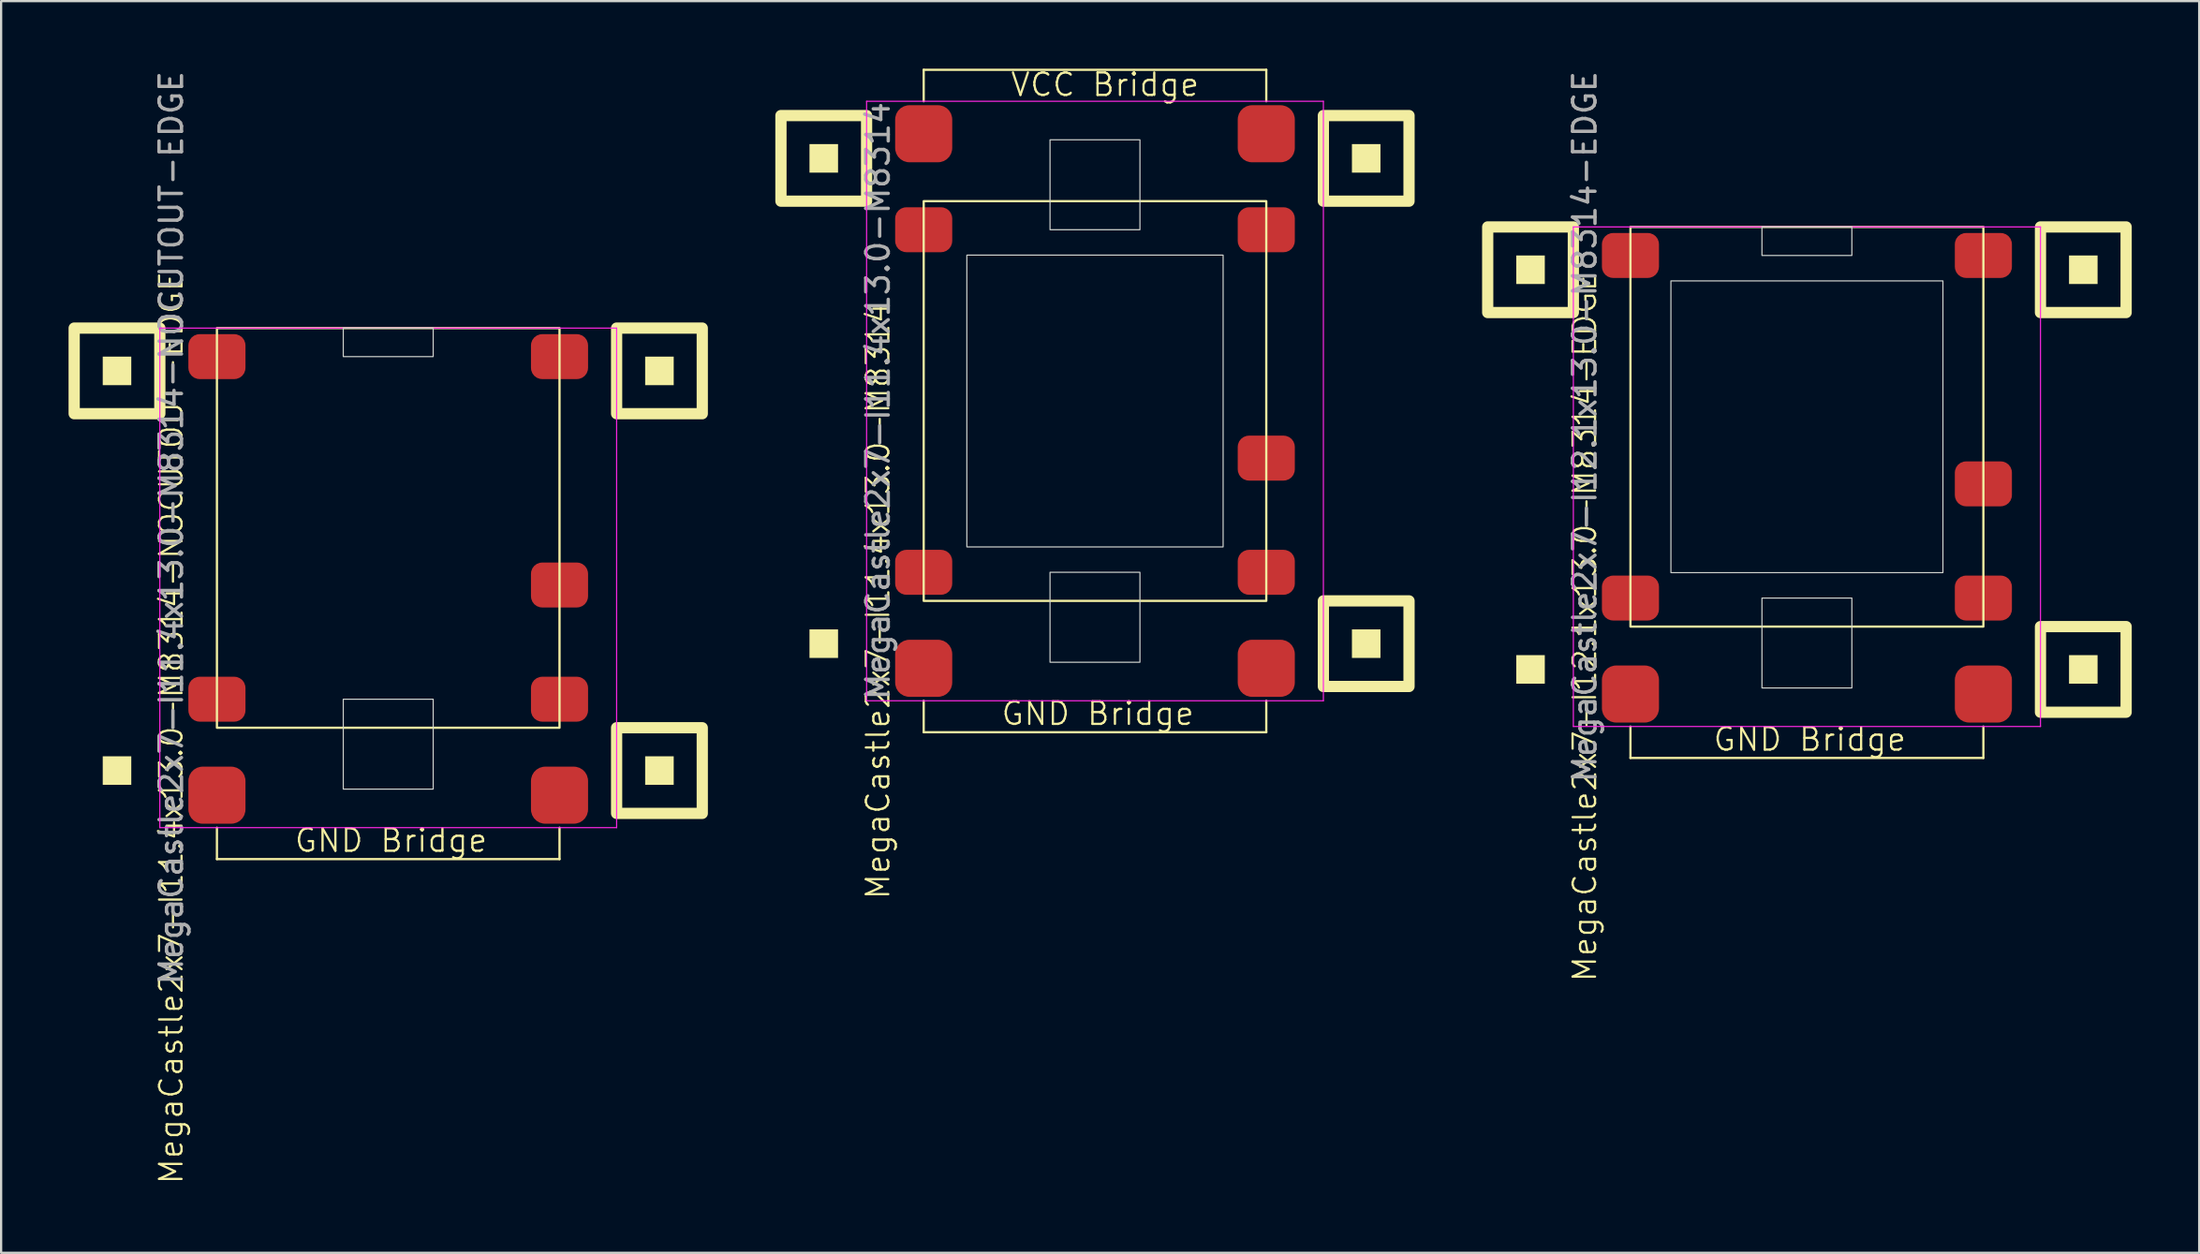
<source format=kicad_pcb>
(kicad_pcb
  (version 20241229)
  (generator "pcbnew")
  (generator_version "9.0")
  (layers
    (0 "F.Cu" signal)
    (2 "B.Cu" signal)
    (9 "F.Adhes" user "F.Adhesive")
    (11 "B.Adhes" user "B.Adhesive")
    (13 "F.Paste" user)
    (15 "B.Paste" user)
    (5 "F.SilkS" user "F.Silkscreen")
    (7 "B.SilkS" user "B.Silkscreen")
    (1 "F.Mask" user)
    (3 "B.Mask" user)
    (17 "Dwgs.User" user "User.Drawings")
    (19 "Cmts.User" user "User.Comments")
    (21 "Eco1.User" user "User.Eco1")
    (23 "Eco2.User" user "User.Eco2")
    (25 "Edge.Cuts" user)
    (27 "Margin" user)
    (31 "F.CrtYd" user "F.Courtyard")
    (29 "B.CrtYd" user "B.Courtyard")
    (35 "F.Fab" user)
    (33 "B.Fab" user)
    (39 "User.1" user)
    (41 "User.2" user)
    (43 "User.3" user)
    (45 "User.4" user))
  (footprint "MegaCastle2x7-I11.4x13.0-M8314"
    (layer "F.Cu")
    (at 45.66 14.79)
    (property "Reference" "MegaCastle2x7-I11.4x13.0-M8314" (at -9.652 8.89 90) (unlocked yes) (layer "F.SilkS") (effects (font (size 1 1) (thickness 0.1))))
    (attr smd)
    (fp_line (start -7.62 -14.735) (end 7.62 -14.735) (stroke (width 0.1) (type default)) (layer "F.SilkS"))
    (fp_line (start -7.62 -13.335) (end -7.62 -14.735) (stroke (width 0.1) (type default)) (layer "F.SilkS"))
    (fp_line (start -7.62 13.335) (end -7.62 14.735) (stroke (width 0.1) (type default)) (layer "F.SilkS"))
    (fp_line (start -7.62 14.735) (end 7.62 14.735) (stroke (width 0.1) (type default)) (layer "F.SilkS"))
    (fp_line (start 7.62 -13.335) (end 7.62 -14.735) (stroke (width 0.1) (type default)) (layer "F.SilkS"))
    (fp_line (start 7.62 13.335) (end 7.62 14.735) (stroke (width 0.1) (type default)) (layer "F.SilkS"))
    (fp_rect (start -11.43 -10.16) (end -12.7 -11.43) (stroke (width 0) (type solid)) (fill yes) (layer "F.SilkS"))
    (fp_rect (start -11.43 11.43) (end -12.7 10.16) (stroke (width 0) (type solid)) (fill yes) (layer "F.SilkS"))
    (fp_rect (start -10.16 -8.89) (end -13.97 -12.7) (stroke (width 0.5) (type default)) (fill no) (layer "F.SilkS"))
    (fp_rect (start -7.62 -8.89) (end 7.62 8.89) (stroke (width 0.1) (type default)) (fill no) (layer "F.SilkS"))
    (fp_rect (start 12.7 -10.16) (end 11.43 -11.43) (stroke (width 0) (type solid)) (fill yes) (layer "F.SilkS"))
    (fp_rect (start 12.7 11.43) (end 11.43 10.16) (stroke (width 0) (type solid)) (fill yes) (layer "F.SilkS"))
    (fp_rect (start 13.97 -8.89) (end 10.16 -12.7) (stroke (width 0.5) (type default)) (fill no) (layer "F.SilkS"))
    (fp_rect (start 13.97 12.7) (end 10.16 8.89) (stroke (width 0.5) (type default)) (fill no) (layer "F.SilkS"))
    (fp_rect (start -5.7 -6.49) (end 5.7 6.49) (stroke (width 0.05) (type default)) (fill no) (layer "Edge.Cuts"))
    (fp_rect (start -2 -7.62) (end 2 -11.62) (stroke (width 0.05) (type default)) (fill no) (layer "Edge.Cuts"))
    (fp_rect (start -2 7.62) (end 2 11.62) (stroke (width 0.05) (type default)) (fill no) (layer "Edge.Cuts"))
    (fp_line (start -10.16 -13.335) (end -10.16 13.335) (stroke (width 0.05) (type default)) (layer "F.CrtYd"))
    (fp_line (start -10.16 13.335) (end 10.16 13.335) (stroke (width 0.05) (type default)) (layer "F.CrtYd"))
    (fp_line (start 10.16 -13.335) (end -10.16 -13.335) (stroke (width 0.05) (type default)) (layer "F.CrtYd"))
    (fp_line (start 10.16 -13.335) (end 10.16 13.335) (stroke (width 0.05) (type default)) (layer "F.CrtYd"))
    (fp_text user "VCC Bridge" (at -3.81 -13.49 0) (unlocked yes) (layer "F.SilkS") (effects (font (size 1 1) (thickness 0.1)) (justify left bottom)))
    (fp_text user "GND Bridge" (at -4.226 14.49 0) (unlocked yes) (layer "F.SilkS") (effects (font (size 1 1) (thickness 0.1)) (justify left bottom)))
    (fp_text user "${REFERENCE}" (at -9.652 0 90) (unlocked yes) (layer "F.Fab") (effects (font (size 1 1) (thickness 0.15))))
    (pad "1" smd roundrect (at -7.62 -7.62) (size 2.54 2) (layers "F.Cu" "F.Mask" "F.Paste") (roundrect_rratio 0.25))
    (pad "7" smd roundrect (at -7.62 7.62) (size 2.54 2) (layers "F.Cu" "F.Mask" "F.Paste") (roundrect_rratio 0.25))
    (pad "8" smd roundrect (at 7.62 -7.62) (size 2.54 2) (layers "F.Cu" "F.Mask" "F.Paste") (roundrect_rratio 0.25))
    (pad "12" smd roundrect (at 7.62 2.54) (size 2.54 2) (layers "F.Cu" "F.Mask" "F.Paste") (roundrect_rratio 0.25))
    (pad "14" smd roundrect (at 7.62 7.62) (size 2.54 2) (layers "F.Cu" "F.Mask" "F.Paste") (roundrect_rratio 0.25))
    (pad "A1" smd roundrect (at -7.62 -11.89) (size 2.54 2.54) (layers "F.Cu" "F.Mask" "F.Paste") (roundrect_rratio 0.25))
    (pad "A2" smd roundrect (at 7.62 -11.89) (size 2.54 2.54) (layers "F.Cu" "F.Mask" "F.Paste") (roundrect_rratio 0.25))
    (pad "B1" smd roundrect (at -7.62 11.89) (size 2.54 2.54) (layers "F.Cu" "F.Mask" "F.Paste") (roundrect_rratio 0.25))
    (pad "B2" smd roundrect (at 7.62 11.89) (size 2.54 2.54) (layers "F.Cu" "F.Mask" "F.Paste") (roundrect_rratio 0.25)))
  (footprint "MegaCastle2x7-I12.1x13.0-M8314-EDGE"
    (layer "F.Cu")
    (at 77.33 15.935)
    (property "Reference" "MegaCastle2x7-I12.1x13.0-M8314-EDGE" (at -9.882 8.89 90) (unlocked yes) (layer "F.SilkS") (effects (font (size 1 1) (thickness 0.1))))
    (attr smd)
    (fp_line (start -7.85 13.335) (end -7.85 14.735) (stroke (width 0.1) (type default)) (layer "F.SilkS"))
    (fp_line (start -7.85 14.735) (end 7.85 14.735) (stroke (width 0.1) (type default)) (layer "F.SilkS"))
    (fp_line (start 7.85 13.335) (end 7.85 14.735) (stroke (width 0.1) (type default)) (layer "F.SilkS"))
    (fp_rect (start -11.66 -6.35) (end -12.93 -7.62) (stroke (width 0) (type solid)) (fill yes) (layer "F.SilkS"))
    (fp_rect (start -11.66 11.43) (end -12.93 10.16) (stroke (width 0) (type solid)) (fill yes) (layer "F.SilkS"))
    (fp_rect (start -10.39 -5.08) (end -14.2 -8.89) (stroke (width 0.5) (type default)) (fill no) (layer "F.SilkS"))
    (fp_rect (start -7.85 -8.89) (end 7.85 8.89) (stroke (width 0.1) (type default)) (fill no) (layer "F.SilkS"))
    (fp_rect (start 12.93 -6.35) (end 11.66 -7.62) (stroke (width 0) (type solid)) (fill yes) (layer "F.SilkS"))
    (fp_rect (start 12.93 11.43) (end 11.66 10.16) (stroke (width 0) (type solid)) (fill yes) (layer "F.SilkS"))
    (fp_rect (start 14.2 -5.08) (end 10.39 -8.89) (stroke (width 0.5) (type default)) (fill no) (layer "F.SilkS"))
    (fp_rect (start 14.2 12.7) (end 10.39 8.89) (stroke (width 0.5) (type default)) (fill no) (layer "F.SilkS"))
    (fp_rect (start -6.05 -6.49) (end 6.05 6.49) (stroke (width 0.05) (type default)) (fill no) (layer "Edge.Cuts"))
    (fp_rect (start -2 -7.62) (end 2 -8.89) (stroke (width 0.05) (type default)) (fill no) (layer "Edge.Cuts"))
    (fp_rect (start -2 7.62) (end 2 11.62) (stroke (width 0.05) (type default)) (fill no) (layer "Edge.Cuts"))
    (fp_line (start -10.39 -8.89) (end -10.39 13.335) (stroke (width 0.05) (type default)) (layer "F.CrtYd"))
    (fp_line (start -10.39 13.335) (end 10.39 13.335) (stroke (width 0.05) (type default)) (layer "F.CrtYd"))
    (fp_line (start 10.39 -8.89) (end -10.39 -8.89) (stroke (width 0.05) (type default)) (layer "F.CrtYd"))
    (fp_line (start 10.39 -8.89) (end 10.39 13.335) (stroke (width 0.05) (type default)) (layer "F.CrtYd"))
    (fp_text user "GND Bridge" (at -4.226 14.49 0) (unlocked yes) (layer "F.SilkS") (effects (font (size 1 1) (thickness 0.1)) (justify left bottom)))
    (fp_text user "${REFERENCE}" (at -9.882 0 90) (unlocked yes) (layer "F.Fab") (effects (font (size 1 1) (thickness 0.15))))
    (pad "1" smd roundrect (at -7.85 -7.62) (size 2.54 2) (layers "F.Cu" "F.Mask" "F.Paste") (roundrect_rratio 0.25))
    (pad "7" smd roundrect (at -7.85 7.62) (size 2.54 2) (layers "F.Cu" "F.Mask" "F.Paste") (roundrect_rratio 0.25))
    (pad "8" smd roundrect (at 7.85 -7.62) (size 2.54 2) (layers "F.Cu" "F.Mask" "F.Paste") (roundrect_rratio 0.25))
    (pad "12" smd roundrect (at 7.85 2.54) (size 2.54 2) (layers "F.Cu" "F.Mask" "F.Paste") (roundrect_rratio 0.25))
    (pad "14" smd roundrect (at 7.85 7.62) (size 2.54 2) (layers "F.Cu" "F.Mask" "F.Paste") (roundrect_rratio 0.25))
    (pad "B1" smd roundrect (at -7.85 11.89) (size 2.54 2.54) (layers "F.Cu" "F.Mask" "F.Paste") (roundrect_rratio 0.25))
    (pad "B2" smd roundrect (at 7.85 11.89) (size 2.54 2.54) (layers "F.Cu" "F.Mask" "F.Paste") (roundrect_rratio 0.25)))
  (footprint "MegaCastle2x7-I11.4x13.0-M8314-NOCUTOUT-EDGE"
    (layer "F.Cu")
    (at 14.22 20.435)
    (property "Reference" "MegaCastle2x7-I11.4x13.0-M8314-NOCUTOUT-EDGE" (at -9.652 8.89 90) (unlocked yes) (layer "F.SilkS") (effects (font (size 1 1) (thickness 0.1))))
    (attr smd)
    (fp_line (start -7.62 13.335) (end -7.62 14.735) (stroke (width 0.1) (type default)) (layer "F.SilkS"))
    (fp_line (start -7.62 14.735) (end 7.62 14.735) (stroke (width 0.1) (type default)) (layer "F.SilkS"))
    (fp_line (start 7.62 13.335) (end 7.62 14.735) (stroke (width 0.1) (type default)) (layer "F.SilkS"))
    (fp_rect (start -11.43 -6.35) (end -12.7 -7.62) (stroke (width 0) (type solid)) (fill yes) (layer "F.SilkS"))
    (fp_rect (start -11.43 11.43) (end -12.7 10.16) (stroke (width 0) (type solid)) (fill yes) (layer "F.SilkS"))
    (fp_rect (start -10.16 -5.08) (end -13.97 -8.89) (stroke (width 0.5) (type default)) (fill no) (layer "F.SilkS"))
    (fp_rect (start -7.62 -8.89) (end 7.62 8.89) (stroke (width 0.1) (type default)) (fill no) (layer "F.SilkS"))
    (fp_rect (start 12.7 -6.35) (end 11.43 -7.62) (stroke (width 0) (type solid)) (fill yes) (layer "F.SilkS"))
    (fp_rect (start 12.7 11.43) (end 11.43 10.16) (stroke (width 0) (type solid)) (fill yes) (layer "F.SilkS"))
    (fp_rect (start 13.97 -5.08) (end 10.16 -8.89) (stroke (width 0.5) (type default)) (fill no) (layer "F.SilkS"))
    (fp_rect (start 13.97 12.7) (end 10.16 8.89) (stroke (width 0.5) (type default)) (fill no) (layer "F.SilkS"))
    (fp_rect (start -2 -7.62) (end 2 -8.89) (stroke (width 0.05) (type default)) (fill no) (layer "Edge.Cuts"))
    (fp_rect (start -2 7.62) (end 2 11.62) (stroke (width 0.05) (type default)) (fill no) (layer "Edge.Cuts"))
    (fp_line (start -10.16 -8.89) (end -10.16 13.335) (stroke (width 0.05) (type default)) (layer "F.CrtYd"))
    (fp_line (start -10.16 13.335) (end 10.16 13.335) (stroke (width 0.05) (type default)) (layer "F.CrtYd"))
    (fp_line (start 10.16 -8.89) (end -10.16 -8.89) (stroke (width 0.05) (type default)) (layer "F.CrtYd"))
    (fp_line (start 10.16 -8.89) (end 10.16 13.335) (stroke (width 0.05) (type default)) (layer "F.CrtYd"))
    (fp_text user "GND Bridge" (at -4.226 14.49 0) (unlocked yes) (layer "F.SilkS") (effects (font (size 1 1) (thickness 0.1)) (justify left bottom)))
    (fp_text user "${REFERENCE}" (at -9.652 0 90) (unlocked yes) (layer "F.Fab") (effects (font (size 1 1) (thickness 0.15))))
    (pad "1" smd roundrect (at -7.62 -7.62) (size 2.54 2) (layers "F.Cu" "F.Mask" "F.Paste") (roundrect_rratio 0.25))
    (pad "7" smd roundrect (at -7.62 7.62) (size 2.54 2) (layers "F.Cu" "F.Mask" "F.Paste") (roundrect_rratio 0.25))
    (pad "8" smd roundrect (at 7.62 -7.62) (size 2.54 2) (layers "F.Cu" "F.Mask" "F.Paste") (roundrect_rratio 0.25))
    (pad "12" smd roundrect (at 7.62 2.54) (size 2.54 2) (layers "F.Cu" "F.Mask" "F.Paste") (roundrect_rratio 0.25))
    (pad "14" smd roundrect (at 7.62 7.62) (size 2.54 2) (layers "F.Cu" "F.Mask" "F.Paste") (roundrect_rratio 0.25))
    (pad "B1" smd roundrect (at -7.62 11.89) (size 2.54 2.54) (layers "F.Cu" "F.Mask" "F.Paste") (roundrect_rratio 0.25))
    (pad "B2" smd roundrect (at 7.62 11.89) (size 2.54 2.54) (layers "F.Cu" "F.Mask" "F.Paste") (roundrect_rratio 0.25)))
  (gr_rect
    (start -3 -3)
    (end 94.78 52.684)
    (stroke (width 0.1) (type default))
    (fill no)
    (layer "Edge.Cuts")))
</source>
